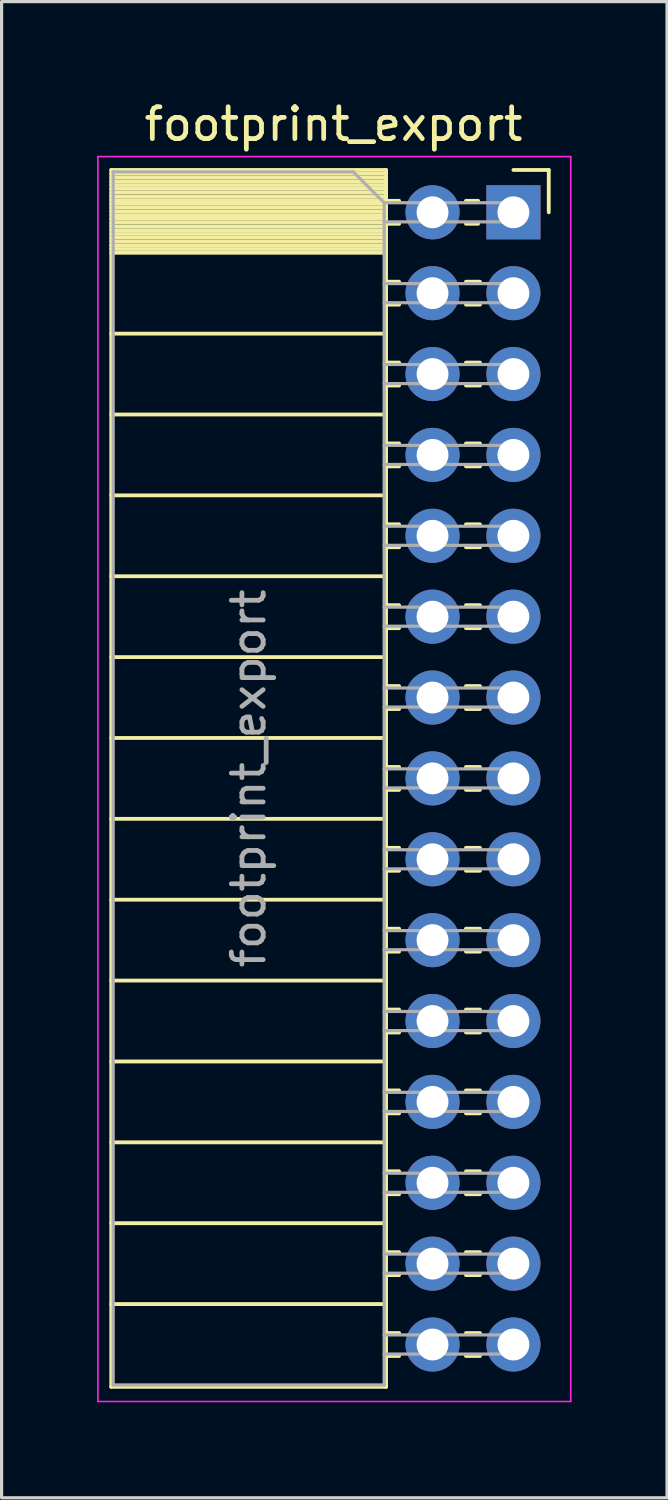
<source format=kicad_pcb>
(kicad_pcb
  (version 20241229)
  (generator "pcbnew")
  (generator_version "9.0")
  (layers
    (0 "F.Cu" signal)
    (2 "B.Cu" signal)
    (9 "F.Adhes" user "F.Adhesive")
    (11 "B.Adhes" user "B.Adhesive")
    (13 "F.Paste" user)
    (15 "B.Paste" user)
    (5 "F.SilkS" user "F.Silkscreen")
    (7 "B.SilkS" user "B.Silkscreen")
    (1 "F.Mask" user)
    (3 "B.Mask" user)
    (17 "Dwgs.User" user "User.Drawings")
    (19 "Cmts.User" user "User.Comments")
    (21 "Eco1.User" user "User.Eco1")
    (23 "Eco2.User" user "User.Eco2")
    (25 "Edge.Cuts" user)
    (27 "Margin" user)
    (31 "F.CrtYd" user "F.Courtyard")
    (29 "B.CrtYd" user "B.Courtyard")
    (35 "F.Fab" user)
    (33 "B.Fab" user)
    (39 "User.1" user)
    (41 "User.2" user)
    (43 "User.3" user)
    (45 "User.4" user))
  (footprint "footprint_export"
    (layer "F.Cu")
    (at 13.075 3.618)
    (property "Reference" "footprint_export" (at -5.65 -2.77 0) (layer "F.SilkS") (effects (font (size 1 1) (thickness 0.15))))
    (attr through_hole)
    (fp_line (start -12.63 -1.33) (end -12.63 36.89) (stroke (width 0.12) (type solid)) (layer "F.SilkS"))
    (fp_line (start -12.63 -1.33) (end -4 -1.33) (stroke (width 0.12) (type solid)) (layer "F.SilkS"))
    (fp_line (start -12.63 -1.21) (end -4 -1.21) (stroke (width 0.12) (type solid)) (layer "F.SilkS"))
    (fp_line (start -12.63 -1.092) (end -4 -1.092) (stroke (width 0.12) (type solid)) (layer "F.SilkS"))
    (fp_line (start -12.63 -0.974) (end -4 -0.974) (stroke (width 0.12) (type solid)) (layer "F.SilkS"))
    (fp_line (start -12.63 -0.856) (end -4 -0.856) (stroke (width 0.12) (type solid)) (layer "F.SilkS"))
    (fp_line (start -12.63 -0.738) (end -4 -0.738) (stroke (width 0.12) (type solid)) (layer "F.SilkS"))
    (fp_line (start -12.63 -0.62) (end -4 -0.62) (stroke (width 0.12) (type solid)) (layer "F.SilkS"))
    (fp_line (start -12.63 -0.501) (end -4 -0.501) (stroke (width 0.12) (type solid)) (layer "F.SilkS"))
    (fp_line (start -12.63 -0.383) (end -4 -0.383) (stroke (width 0.12) (type solid)) (layer "F.SilkS"))
    (fp_line (start -12.63 -0.265) (end -4 -0.265) (stroke (width 0.12) (type solid)) (layer "F.SilkS"))
    (fp_line (start -12.63 -0.147) (end -4 -0.147) (stroke (width 0.12) (type solid)) (layer "F.SilkS"))
    (fp_line (start -12.63 -0.029) (end -4 -0.029) (stroke (width 0.12) (type solid)) (layer "F.SilkS"))
    (fp_line (start -12.63 0.089) (end -4 0.089) (stroke (width 0.12) (type solid)) (layer "F.SilkS"))
    (fp_line (start -12.63 0.207) (end -4 0.207) (stroke (width 0.12) (type solid)) (layer "F.SilkS"))
    (fp_line (start -12.63 0.325) (end -4 0.325) (stroke (width 0.12) (type solid)) (layer "F.SilkS"))
    (fp_line (start -12.63 0.443) (end -4 0.443) (stroke (width 0.12) (type solid)) (layer "F.SilkS"))
    (fp_line (start -12.63 0.561) (end -4 0.561) (stroke (width 0.12) (type solid)) (layer "F.SilkS"))
    (fp_line (start -12.63 0.68) (end -4 0.68) (stroke (width 0.12) (type solid)) (layer "F.SilkS"))
    (fp_line (start -12.63 0.798) (end -4 0.798) (stroke (width 0.12) (type solid)) (layer "F.SilkS"))
    (fp_line (start -12.63 0.916) (end -4 0.916) (stroke (width 0.12) (type solid)) (layer "F.SilkS"))
    (fp_line (start -12.63 1.034) (end -4 1.034) (stroke (width 0.12) (type solid)) (layer "F.SilkS"))
    (fp_line (start -12.63 1.152) (end -4 1.152) (stroke (width 0.12) (type solid)) (layer "F.SilkS"))
    (fp_line (start -12.63 1.27) (end -4 1.27) (stroke (width 0.12) (type solid)) (layer "F.SilkS"))
    (fp_line (start -12.63 3.81) (end -4 3.81) (stroke (width 0.12) (type solid)) (layer "F.SilkS"))
    (fp_line (start -12.63 6.35) (end -4 6.35) (stroke (width 0.12) (type solid)) (layer "F.SilkS"))
    (fp_line (start -12.63 8.89) (end -4 8.89) (stroke (width 0.12) (type solid)) (layer "F.SilkS"))
    (fp_line (start -12.63 11.43) (end -4 11.43) (stroke (width 0.12) (type solid)) (layer "F.SilkS"))
    (fp_line (start -12.63 13.97) (end -4 13.97) (stroke (width 0.12) (type solid)) (layer "F.SilkS"))
    (fp_line (start -12.63 16.51) (end -4 16.51) (stroke (width 0.12) (type solid)) (layer "F.SilkS"))
    (fp_line (start -12.63 19.05) (end -4 19.05) (stroke (width 0.12) (type solid)) (layer "F.SilkS"))
    (fp_line (start -12.63 21.59) (end -4 21.59) (stroke (width 0.12) (type solid)) (layer "F.SilkS"))
    (fp_line (start -12.63 24.13) (end -4 24.13) (stroke (width 0.12) (type solid)) (layer "F.SilkS"))
    (fp_line (start -12.63 26.67) (end -4 26.67) (stroke (width 0.12) (type solid)) (layer "F.SilkS"))
    (fp_line (start -12.63 29.21) (end -4 29.21) (stroke (width 0.12) (type solid)) (layer "F.SilkS"))
    (fp_line (start -12.63 31.75) (end -4 31.75) (stroke (width 0.12) (type solid)) (layer "F.SilkS"))
    (fp_line (start -12.63 34.29) (end -4 34.29) (stroke (width 0.12) (type solid)) (layer "F.SilkS"))
    (fp_line (start -12.63 36.89) (end -4 36.89) (stroke (width 0.12) (type solid)) (layer "F.SilkS"))
    (fp_line (start -4 -1.33) (end -4 36.89) (stroke (width 0.12) (type solid)) (layer "F.SilkS"))
    (fp_line (start -4 -0.36) (end -3.59 -0.36) (stroke (width 0.12) (type solid)) (layer "F.SilkS"))
    (fp_line (start -4 0.36) (end -3.59 0.36) (stroke (width 0.12) (type solid)) (layer "F.SilkS"))
    (fp_line (start -4 2.18) (end -3.59 2.18) (stroke (width 0.12) (type solid)) (layer "F.SilkS"))
    (fp_line (start -4 2.9) (end -3.59 2.9) (stroke (width 0.12) (type solid)) (layer "F.SilkS"))
    (fp_line (start -4 4.72) (end -3.59 4.72) (stroke (width 0.12) (type solid)) (layer "F.SilkS"))
    (fp_line (start -4 5.44) (end -3.59 5.44) (stroke (width 0.12) (type solid)) (layer "F.SilkS"))
    (fp_line (start -4 7.26) (end -3.59 7.26) (stroke (width 0.12) (type solid)) (layer "F.SilkS"))
    (fp_line (start -4 7.98) (end -3.59 7.98) (stroke (width 0.12) (type solid)) (layer "F.SilkS"))
    (fp_line (start -4 9.8) (end -3.59 9.8) (stroke (width 0.12) (type solid)) (layer "F.SilkS"))
    (fp_line (start -4 10.52) (end -3.59 10.52) (stroke (width 0.12) (type solid)) (layer "F.SilkS"))
    (fp_line (start -4 12.34) (end -3.59 12.34) (stroke (width 0.12) (type solid)) (layer "F.SilkS"))
    (fp_line (start -4 13.06) (end -3.59 13.06) (stroke (width 0.12) (type solid)) (layer "F.SilkS"))
    (fp_line (start -4 14.88) (end -3.59 14.88) (stroke (width 0.12) (type solid)) (layer "F.SilkS"))
    (fp_line (start -4 15.6) (end -3.59 15.6) (stroke (width 0.12) (type solid)) (layer "F.SilkS"))
    (fp_line (start -4 17.42) (end -3.59 17.42) (stroke (width 0.12) (type solid)) (layer "F.SilkS"))
    (fp_line (start -4 18.14) (end -3.59 18.14) (stroke (width 0.12) (type solid)) (layer "F.SilkS"))
    (fp_line (start -4 19.96) (end -3.59 19.96) (stroke (width 0.12) (type solid)) (layer "F.SilkS"))
    (fp_line (start -4 20.68) (end -3.59 20.68) (stroke (width 0.12) (type solid)) (layer "F.SilkS"))
    (fp_line (start -4 22.5) (end -3.59 22.5) (stroke (width 0.12) (type solid)) (layer "F.SilkS"))
    (fp_line (start -4 23.22) (end -3.59 23.22) (stroke (width 0.12) (type solid)) (layer "F.SilkS"))
    (fp_line (start -4 25.04) (end -3.59 25.04) (stroke (width 0.12) (type solid)) (layer "F.SilkS"))
    (fp_line (start -4 25.76) (end -3.59 25.76) (stroke (width 0.12) (type solid)) (layer "F.SilkS"))
    (fp_line (start -4 27.58) (end -3.59 27.58) (stroke (width 0.12) (type solid)) (layer "F.SilkS"))
    (fp_line (start -4 28.3) (end -3.59 28.3) (stroke (width 0.12) (type solid)) (layer "F.SilkS"))
    (fp_line (start -4 30.12) (end -3.59 30.12) (stroke (width 0.12) (type solid)) (layer "F.SilkS"))
    (fp_line (start -4 30.84) (end -3.59 30.84) (stroke (width 0.12) (type solid)) (layer "F.SilkS"))
    (fp_line (start -4 32.66) (end -3.59 32.66) (stroke (width 0.12) (type solid)) (layer "F.SilkS"))
    (fp_line (start -4 33.38) (end -3.59 33.38) (stroke (width 0.12) (type solid)) (layer "F.SilkS"))
    (fp_line (start -4 35.2) (end -3.59 35.2) (stroke (width 0.12) (type solid)) (layer "F.SilkS"))
    (fp_line (start -4 35.92) (end -3.59 35.92) (stroke (width 0.12) (type solid)) (layer "F.SilkS"))
    (fp_line (start -1.49 -0.36) (end -1.11 -0.36) (stroke (width 0.12) (type solid)) (layer "F.SilkS"))
    (fp_line (start -1.49 0.36) (end -1.11 0.36) (stroke (width 0.12) (type solid)) (layer "F.SilkS"))
    (fp_line (start -1.49 2.18) (end -1.05 2.18) (stroke (width 0.12) (type solid)) (layer "F.SilkS"))
    (fp_line (start -1.49 2.9) (end -1.05 2.9) (stroke (width 0.12) (type solid)) (layer "F.SilkS"))
    (fp_line (start -1.49 4.72) (end -1.05 4.72) (stroke (width 0.12) (type solid)) (layer "F.SilkS"))
    (fp_line (start -1.49 5.44) (end -1.05 5.44) (stroke (width 0.12) (type solid)) (layer "F.SilkS"))
    (fp_line (start -1.49 7.26) (end -1.05 7.26) (stroke (width 0.12) (type solid)) (layer "F.SilkS"))
    (fp_line (start -1.49 7.98) (end -1.05 7.98) (stroke (width 0.12) (type solid)) (layer "F.SilkS"))
    (fp_line (start -1.49 9.8) (end -1.05 9.8) (stroke (width 0.12) (type solid)) (layer "F.SilkS"))
    (fp_line (start -1.49 10.52) (end -1.05 10.52) (stroke (width 0.12) (type solid)) (layer "F.SilkS"))
    (fp_line (start -1.49 12.34) (end -1.05 12.34) (stroke (width 0.12) (type solid)) (layer "F.SilkS"))
    (fp_line (start -1.49 13.06) (end -1.05 13.06) (stroke (width 0.12) (type solid)) (layer "F.SilkS"))
    (fp_line (start -1.49 14.88) (end -1.05 14.88) (stroke (width 0.12) (type solid)) (layer "F.SilkS"))
    (fp_line (start -1.49 15.6) (end -1.05 15.6) (stroke (width 0.12) (type solid)) (layer "F.SilkS"))
    (fp_line (start -1.49 17.42) (end -1.05 17.42) (stroke (width 0.12) (type solid)) (layer "F.SilkS"))
    (fp_line (start -1.49 18.14) (end -1.05 18.14) (stroke (width 0.12) (type solid)) (layer "F.SilkS"))
    (fp_line (start -1.49 19.96) (end -1.05 19.96) (stroke (width 0.12) (type solid)) (layer "F.SilkS"))
    (fp_line (start -1.49 20.68) (end -1.05 20.68) (stroke (width 0.12) (type solid)) (layer "F.SilkS"))
    (fp_line (start -1.49 22.5) (end -1.05 22.5) (stroke (width 0.12) (type solid)) (layer "F.SilkS"))
    (fp_line (start -1.49 23.22) (end -1.05 23.22) (stroke (width 0.12) (type solid)) (layer "F.SilkS"))
    (fp_line (start -1.49 25.04) (end -1.05 25.04) (stroke (width 0.12) (type solid)) (layer "F.SilkS"))
    (fp_line (start -1.49 25.76) (end -1.05 25.76) (stroke (width 0.12) (type solid)) (layer "F.SilkS"))
    (fp_line (start -1.49 27.58) (end -1.05 27.58) (stroke (width 0.12) (type solid)) (layer "F.SilkS"))
    (fp_line (start -1.49 28.3) (end -1.05 28.3) (stroke (width 0.12) (type solid)) (layer "F.SilkS"))
    (fp_line (start -1.49 30.12) (end -1.05 30.12) (stroke (width 0.12) (type solid)) (layer "F.SilkS"))
    (fp_line (start -1.49 30.84) (end -1.05 30.84) (stroke (width 0.12) (type solid)) (layer "F.SilkS"))
    (fp_line (start -1.49 32.66) (end -1.05 32.66) (stroke (width 0.12) (type solid)) (layer "F.SilkS"))
    (fp_line (start -1.49 33.38) (end -1.05 33.38) (stroke (width 0.12) (type solid)) (layer "F.SilkS"))
    (fp_line (start -1.49 35.2) (end -1.05 35.2) (stroke (width 0.12) (type solid)) (layer "F.SilkS"))
    (fp_line (start -1.49 35.92) (end -1.05 35.92) (stroke (width 0.12) (type solid)) (layer "F.SilkS"))
    (fp_line (start 0 -1.33) (end 1.11 -1.33) (stroke (width 0.12) (type solid)) (layer "F.SilkS"))
    (fp_line (start 1.11 -1.33) (end 1.11 0) (stroke (width 0.12) (type solid)) (layer "F.SilkS"))
    (fp_line (start -13.05 -1.75) (end -13.05 37.35) (stroke (width 0.05) (type solid)) (layer "F.CrtYd"))
    (fp_line (start -13.05 37.35) (end 1.8 37.35) (stroke (width 0.05) (type solid)) (layer "F.CrtYd"))
    (fp_line (start 1.8 -1.75) (end -13.05 -1.75) (stroke (width 0.05) (type solid)) (layer "F.CrtYd"))
    (fp_line (start 1.8 37.35) (end 1.8 -1.75) (stroke (width 0.05) (type solid)) (layer "F.CrtYd"))
    (fp_line (start -12.57 -1.27) (end -5.03 -1.27) (stroke (width 0.1) (type solid)) (layer "F.Fab"))
    (fp_line (start -12.57 36.83) (end -12.57 -1.27) (stroke (width 0.1) (type solid)) (layer "F.Fab"))
    (fp_line (start -5.03 -1.27) (end -4.06 -0.3) (stroke (width 0.1) (type solid)) (layer "F.Fab"))
    (fp_line (start -4.06 -0.3) (end -4.06 36.83) (stroke (width 0.1) (type solid)) (layer "F.Fab"))
    (fp_line (start -4.06 0.3) (end 0 0.3) (stroke (width 0.1) (type solid)) (layer "F.Fab"))
    (fp_line (start -4.06 2.84) (end 0 2.84) (stroke (width 0.1) (type solid)) (layer "F.Fab"))
    (fp_line (start -4.06 5.38) (end 0 5.38) (stroke (width 0.1) (type solid)) (layer "F.Fab"))
    (fp_line (start -4.06 7.92) (end 0 7.92) (stroke (width 0.1) (type solid)) (layer "F.Fab"))
    (fp_line (start -4.06 10.46) (end 0 10.46) (stroke (width 0.1) (type solid)) (layer "F.Fab"))
    (fp_line (start -4.06 13) (end 0 13) (stroke (width 0.1) (type solid)) (layer "F.Fab"))
    (fp_line (start -4.06 15.54) (end 0 15.54) (stroke (width 0.1) (type solid)) (layer "F.Fab"))
    (fp_line (start -4.06 18.08) (end 0 18.08) (stroke (width 0.1) (type solid)) (layer "F.Fab"))
    (fp_line (start -4.06 20.62) (end 0 20.62) (stroke (width 0.1) (type solid)) (layer "F.Fab"))
    (fp_line (start -4.06 23.16) (end 0 23.16) (stroke (width 0.1) (type solid)) (layer "F.Fab"))
    (fp_line (start -4.06 25.7) (end 0 25.7) (stroke (width 0.1) (type solid)) (layer "F.Fab"))
    (fp_line (start -4.06 28.24) (end 0 28.24) (stroke (width 0.1) (type solid)) (layer "F.Fab"))
    (fp_line (start -4.06 30.78) (end 0 30.78) (stroke (width 0.1) (type solid)) (layer "F.Fab"))
    (fp_line (start -4.06 33.32) (end 0 33.32) (stroke (width 0.1) (type solid)) (layer "F.Fab"))
    (fp_line (start -4.06 35.86) (end 0 35.86) (stroke (width 0.1) (type solid)) (layer "F.Fab"))
    (fp_line (start -4.06 36.83) (end -12.57 36.83) (stroke (width 0.1) (type solid)) (layer "F.Fab"))
    (fp_line (start 0 -0.3) (end -4.06 -0.3) (stroke (width 0.1) (type solid)) (layer "F.Fab"))
    (fp_line (start 0 0.3) (end 0 -0.3) (stroke (width 0.1) (type solid)) (layer "F.Fab"))
    (fp_line (start 0 2.24) (end -4.06 2.24) (stroke (width 0.1) (type solid)) (layer "F.Fab"))
    (fp_line (start 0 2.84) (end 0 2.24) (stroke (width 0.1) (type solid)) (layer "F.Fab"))
    (fp_line (start 0 4.78) (end -4.06 4.78) (stroke (width 0.1) (type solid)) (layer "F.Fab"))
    (fp_line (start 0 5.38) (end 0 4.78) (stroke (width 0.1) (type solid)) (layer "F.Fab"))
    (fp_line (start 0 7.32) (end -4.06 7.32) (stroke (width 0.1) (type solid)) (layer "F.Fab"))
    (fp_line (start 0 7.92) (end 0 7.32) (stroke (width 0.1) (type solid)) (layer "F.Fab"))
    (fp_line (start 0 9.86) (end -4.06 9.86) (stroke (width 0.1) (type solid)) (layer "F.Fab"))
    (fp_line (start 0 10.46) (end 0 9.86) (stroke (width 0.1) (type solid)) (layer "F.Fab"))
    (fp_line (start 0 12.4) (end -4.06 12.4) (stroke (width 0.1) (type solid)) (layer "F.Fab"))
    (fp_line (start 0 13) (end 0 12.4) (stroke (width 0.1) (type solid)) (layer "F.Fab"))
    (fp_line (start 0 14.94) (end -4.06 14.94) (stroke (width 0.1) (type solid)) (layer "F.Fab"))
    (fp_line (start 0 15.54) (end 0 14.94) (stroke (width 0.1) (type solid)) (layer "F.Fab"))
    (fp_line (start 0 17.48) (end -4.06 17.48) (stroke (width 0.1) (type solid)) (layer "F.Fab"))
    (fp_line (start 0 18.08) (end 0 17.48) (stroke (width 0.1) (type solid)) (layer "F.Fab"))
    (fp_line (start 0 20.02) (end -4.06 20.02) (stroke (width 0.1) (type solid)) (layer "F.Fab"))
    (fp_line (start 0 20.62) (end 0 20.02) (stroke (width 0.1) (type solid)) (layer "F.Fab"))
    (fp_line (start 0 22.56) (end -4.06 22.56) (stroke (width 0.1) (type solid)) (layer "F.Fab"))
    (fp_line (start 0 23.16) (end 0 22.56) (stroke (width 0.1) (type solid)) (layer "F.Fab"))
    (fp_line (start 0 25.1) (end -4.06 25.1) (stroke (width 0.1) (type solid)) (layer "F.Fab"))
    (fp_line (start 0 25.7) (end 0 25.1) (stroke (width 0.1) (type solid)) (layer "F.Fab"))
    (fp_line (start 0 27.64) (end -4.06 27.64) (stroke (width 0.1) (type solid)) (layer "F.Fab"))
    (fp_line (start 0 28.24) (end 0 27.64) (stroke (width 0.1) (type solid)) (layer "F.Fab"))
    (fp_line (start 0 30.18) (end -4.06 30.18) (stroke (width 0.1) (type solid)) (layer "F.Fab"))
    (fp_line (start 0 30.78) (end 0 30.18) (stroke (width 0.1) (type solid)) (layer "F.Fab"))
    (fp_line (start 0 32.72) (end -4.06 32.72) (stroke (width 0.1) (type solid)) (layer "F.Fab"))
    (fp_line (start 0 33.32) (end 0 32.72) (stroke (width 0.1) (type solid)) (layer "F.Fab"))
    (fp_line (start 0 35.26) (end -4.06 35.26) (stroke (width 0.1) (type solid)) (layer "F.Fab"))
    (fp_line (start 0 35.86) (end 0 35.26) (stroke (width 0.1) (type solid)) (layer "F.Fab"))
    (fp_text user "${REFERENCE}" (at -8.315 17.78 90) (layer "F.Fab") (effects (font (size 1 1) (thickness 0.15))))
    (pad "1" thru_hole rect (at 0 0) (size 1.7 1.7) (drill 1) (layers "*.Cu" "*.Mask"))
    (pad "2" thru_hole oval (at -2.54 0) (size 1.7 1.7) (drill 1) (layers "*.Cu" "*.Mask"))
    (pad "3" thru_hole oval (at 0 2.54) (size 1.7 1.7) (drill 1) (layers "*.Cu" "*.Mask"))
    (pad "4" thru_hole oval (at -2.54 2.54) (size 1.7 1.7) (drill 1) (layers "*.Cu" "*.Mask"))
    (pad "5" thru_hole oval (at 0 5.08) (size 1.7 1.7) (drill 1) (layers "*.Cu" "*.Mask"))
    (pad "6" thru_hole oval (at -2.54 5.08) (size 1.7 1.7) (drill 1) (layers "*.Cu" "*.Mask"))
    (pad "7" thru_hole oval (at 0 7.62) (size 1.7 1.7) (drill 1) (layers "*.Cu" "*.Mask"))
    (pad "8" thru_hole oval (at -2.54 7.62) (size 1.7 1.7) (drill 1) (layers "*.Cu" "*.Mask"))
    (pad "9" thru_hole oval (at 0 10.16) (size 1.7 1.7) (drill 1) (layers "*.Cu" "*.Mask"))
    (pad "10" thru_hole oval (at -2.54 10.16) (size 1.7 1.7) (drill 1) (layers "*.Cu" "*.Mask"))
    (pad "11" thru_hole oval (at 0 12.7) (size 1.7 1.7) (drill 1) (layers "*.Cu" "*.Mask"))
    (pad "12" thru_hole oval (at -2.54 12.7) (size 1.7 1.7) (drill 1) (layers "*.Cu" "*.Mask"))
    (pad "13" thru_hole oval (at 0 15.24) (size 1.7 1.7) (drill 1) (layers "*.Cu" "*.Mask"))
    (pad "14" thru_hole oval (at -2.54 15.24) (size 1.7 1.7) (drill 1) (layers "*.Cu" "*.Mask"))
    (pad "15" thru_hole oval (at 0 17.78) (size 1.7 1.7) (drill 1) (layers "*.Cu" "*.Mask"))
    (pad "16" thru_hole oval (at -2.54 17.78) (size 1.7 1.7) (drill 1) (layers "*.Cu" "*.Mask"))
    (pad "17" thru_hole oval (at 0 20.32) (size 1.7 1.7) (drill 1) (layers "*.Cu" "*.Mask"))
    (pad "18" thru_hole oval (at -2.54 20.32) (size 1.7 1.7) (drill 1) (layers "*.Cu" "*.Mask"))
    (pad "19" thru_hole oval (at 0 22.86) (size 1.7 1.7) (drill 1) (layers "*.Cu" "*.Mask"))
    (pad "20" thru_hole oval (at -2.54 22.86) (size 1.7 1.7) (drill 1) (layers "*.Cu" "*.Mask"))
    (pad "21" thru_hole oval (at 0 25.4) (size 1.7 1.7) (drill 1) (layers "*.Cu" "*.Mask"))
    (pad "22" thru_hole oval (at -2.54 25.4) (size 1.7 1.7) (drill 1) (layers "*.Cu" "*.Mask"))
    (pad "23" thru_hole oval (at 0 27.94) (size 1.7 1.7) (drill 1) (layers "*.Cu" "*.Mask"))
    (pad "24" thru_hole oval (at -2.54 27.94) (size 1.7 1.7) (drill 1) (layers "*.Cu" "*.Mask"))
    (pad "25" thru_hole oval (at 0 30.48) (size 1.7 1.7) (drill 1) (layers "*.Cu" "*.Mask"))
    (pad "26" thru_hole oval (at -2.54 30.48) (size 1.7 1.7) (drill 1) (layers "*.Cu" "*.Mask"))
    (pad "27" thru_hole oval (at 0 33.02) (size 1.7 1.7) (drill 1) (layers "*.Cu" "*.Mask"))
    (pad "28" thru_hole oval (at -2.54 33.02) (size 1.7 1.7) (drill 1) (layers "*.Cu" "*.Mask"))
    (pad "29" thru_hole oval (at 0 35.56) (size 1.7 1.7) (drill 1) (layers "*.Cu" "*.Mask"))
    (pad "30" thru_hole oval (at -2.54 35.56) (size 1.7 1.7) (drill 1) (layers "*.Cu" "*.Mask")))
  (gr_rect
    (start -3 -3)
    (end 17.9 43.993)
    (stroke (width 0.1) (type default))
    (fill no)
    (layer "Edge.Cuts")))
</source>
